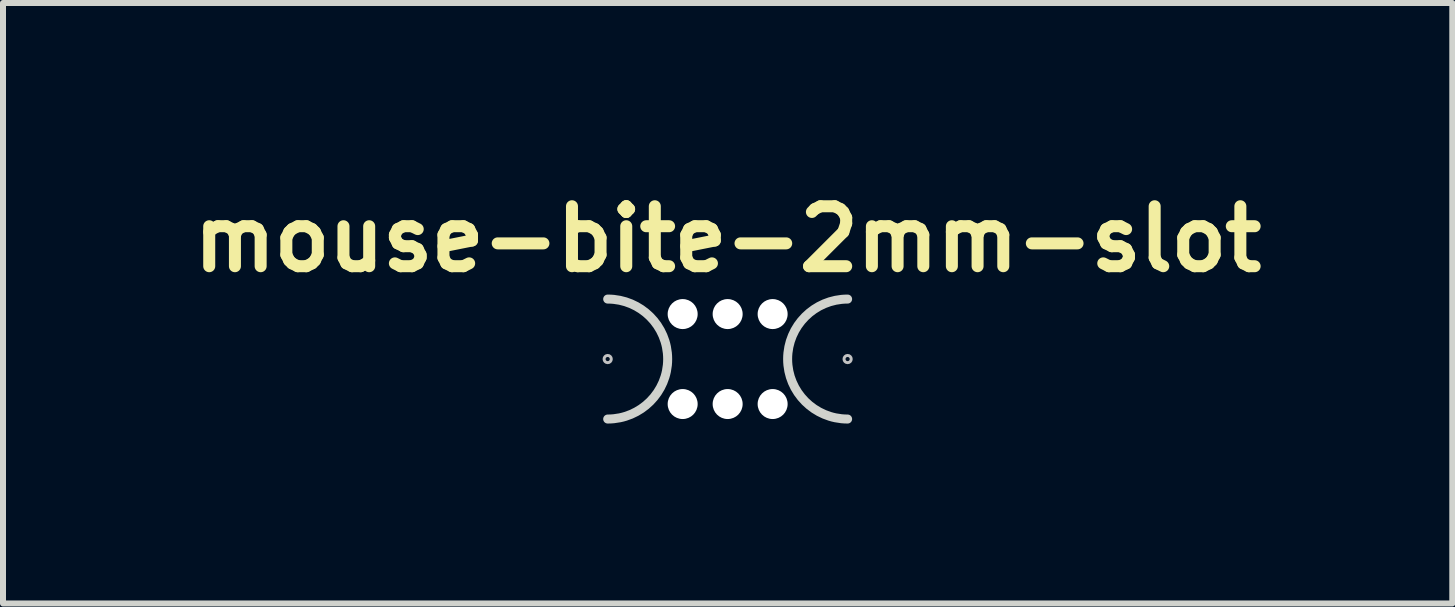
<source format=kicad_pcb>
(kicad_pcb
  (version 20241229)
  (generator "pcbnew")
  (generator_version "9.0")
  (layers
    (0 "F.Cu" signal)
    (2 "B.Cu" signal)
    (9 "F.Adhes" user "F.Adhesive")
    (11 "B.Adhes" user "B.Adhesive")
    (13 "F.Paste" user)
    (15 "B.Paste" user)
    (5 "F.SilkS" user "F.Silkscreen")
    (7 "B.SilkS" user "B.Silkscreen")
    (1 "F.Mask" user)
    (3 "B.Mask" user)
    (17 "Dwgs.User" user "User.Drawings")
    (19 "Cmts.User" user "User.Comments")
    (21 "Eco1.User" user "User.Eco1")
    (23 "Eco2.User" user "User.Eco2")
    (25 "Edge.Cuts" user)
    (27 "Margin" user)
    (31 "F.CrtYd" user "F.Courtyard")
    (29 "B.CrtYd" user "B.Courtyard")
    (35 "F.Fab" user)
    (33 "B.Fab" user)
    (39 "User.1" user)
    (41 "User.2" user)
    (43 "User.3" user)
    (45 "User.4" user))
  (footprint "mouse-bite-2mm-slot"
    (layer "F.Cu")
    (at 9.081 2.936)
    (property "Reference" "mouse-bite-2mm-slot" (at 0 -2 0) (layer "F.SilkS") (effects (font (size 1 1) (thickness 0.2))))
    (attr through_hole)
    (fp_circle (center -2 0) (end -2 -0.06) (stroke (width 0.05) (type solid)) (fill no) (layer "Dwgs.User"))
    (fp_circle (center 2 0) (end 2.06 0) (stroke (width 0.05) (type solid)) (fill no) (layer "Dwgs.User"))
    (fp_line (start -2 0) (end -2 0) (stroke (width 2) (type solid)) (layer "Eco1.User"))
    (fp_line (start 2 0) (end 2 0) (stroke (width 2) (type solid)) (layer "Eco1.User"))
    (fp_arc (start -2 -1) (mid -1 0) (end -2 1) (stroke (width 0.15) (type solid)) (layer "Edge.Cuts"))
    (fp_arc (start 2 1) (mid 1 0) (end 2 -1) (stroke (width 0.15) (type solid)) (layer "Edge.Cuts"))
    (pad "" np_thru_hole circle (at -0.75 -0.75) (size 0.5 0.5) (drill 0.5) (layers "*.Cu" "*.Mask"))
    (pad "" np_thru_hole circle (at -0.75 0.75) (size 0.5 0.5) (drill 0.5) (layers "*.Cu" "*.Mask"))
    (pad "" np_thru_hole circle (at 0 -0.75) (size 0.5 0.5) (drill 0.5) (layers "*.Cu" "*.Mask"))
    (pad "" np_thru_hole circle (at 0 0.75) (size 0.5 0.5) (drill 0.5) (layers "*.Cu" "*.Mask"))
    (pad "" np_thru_hole circle (at 0.75 -0.75) (size 0.5 0.5) (drill 0.5) (layers "*.Cu" "*.Mask"))
    (pad "" np_thru_hole circle (at 0.75 0.75) (size 0.5 0.5) (drill 0.5) (layers "*.Cu" "*.Mask")))
  (gr_rect
    (start -3 -3)
    (end 21.162 7.011)
    (stroke (width 0.1) (type default))
    (fill no)
    (layer "Edge.Cuts")))
</source>
